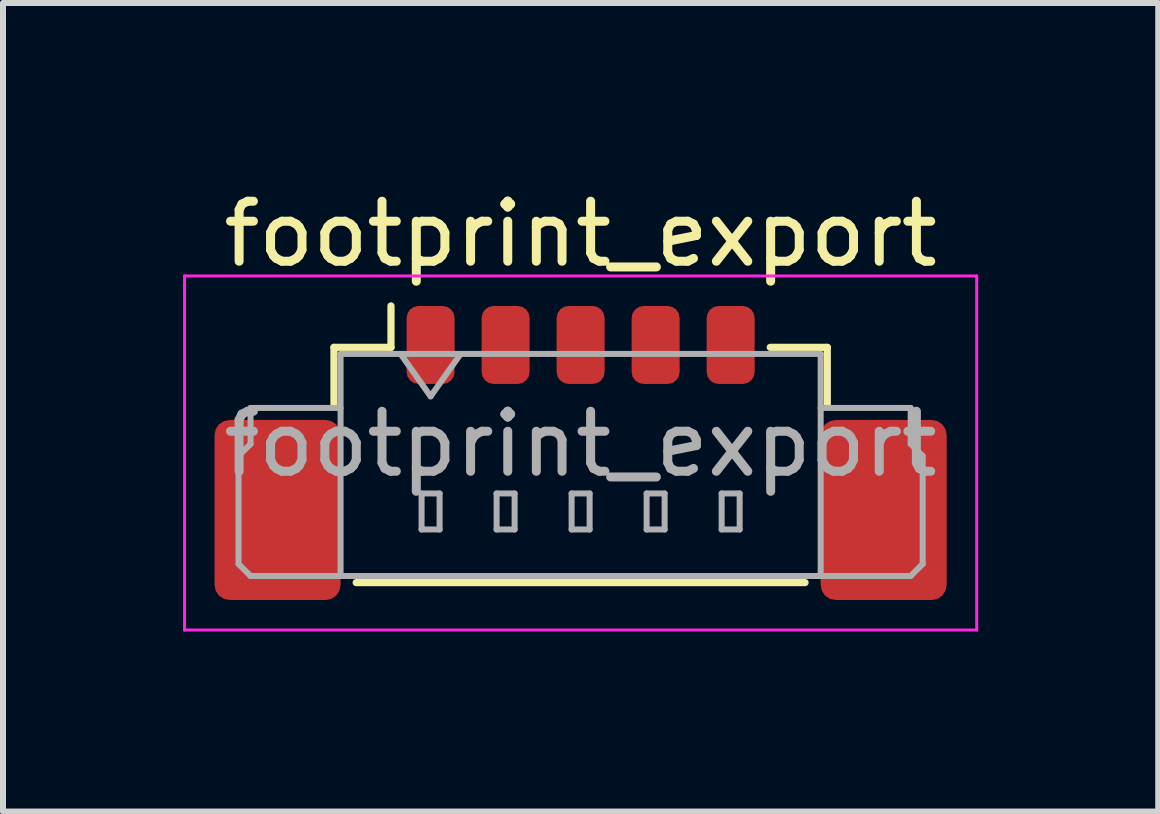
<source format=kicad_pcb>
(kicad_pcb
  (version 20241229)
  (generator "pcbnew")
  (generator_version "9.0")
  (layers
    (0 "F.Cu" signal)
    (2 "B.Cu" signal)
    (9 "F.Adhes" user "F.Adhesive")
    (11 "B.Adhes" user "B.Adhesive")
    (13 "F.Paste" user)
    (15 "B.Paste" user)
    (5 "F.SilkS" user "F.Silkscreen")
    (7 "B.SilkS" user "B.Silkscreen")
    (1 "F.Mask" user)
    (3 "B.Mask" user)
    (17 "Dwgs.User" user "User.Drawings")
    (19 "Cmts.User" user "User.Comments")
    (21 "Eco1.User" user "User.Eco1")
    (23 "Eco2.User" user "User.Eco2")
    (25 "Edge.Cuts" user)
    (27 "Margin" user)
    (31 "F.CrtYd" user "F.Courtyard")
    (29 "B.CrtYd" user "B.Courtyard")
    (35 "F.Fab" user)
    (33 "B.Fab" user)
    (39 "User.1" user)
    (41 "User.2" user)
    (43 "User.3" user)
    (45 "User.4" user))
  (footprint "footprint_export"
    (layer "F.Cu")
    (at 6.625 3.948)
    (property "Reference" "footprint_export" (at 0 -3.1 0) (layer "F.SilkS") (effects (font (size 1 1) (thickness 0.15))))
    (attr smd)
    (fp_line (start -4.11 -1.21) (end -3.16 -1.21) (stroke (width 0.12) (type solid)) (layer "F.SilkS"))
    (fp_line (start -4.11 -0.26) (end -4.11 -1.21) (stroke (width 0.12) (type solid)) (layer "F.SilkS"))
    (fp_line (start -3.74 2.71) (end 3.74 2.71) (stroke (width 0.12) (type solid)) (layer "F.SilkS"))
    (fp_line (start -3.16 -1.21) (end -3.16 -1.9) (stroke (width 0.12) (type solid)) (layer "F.SilkS"))
    (fp_line (start 4.11 -1.21) (end 3.16 -1.21) (stroke (width 0.12) (type solid)) (layer "F.SilkS"))
    (fp_line (start 4.11 -0.26) (end 4.11 -1.21) (stroke (width 0.12) (type solid)) (layer "F.SilkS"))
    (fp_line (start -6.6 -2.4) (end -6.6 3.5) (stroke (width 0.05) (type solid)) (layer "F.CrtYd"))
    (fp_line (start -6.6 3.5) (end 6.6 3.5) (stroke (width 0.05) (type solid)) (layer "F.CrtYd"))
    (fp_line (start 6.6 -2.4) (end -6.6 -2.4) (stroke (width 0.05) (type solid)) (layer "F.CrtYd"))
    (fp_line (start 6.6 3.5) (end 6.6 -2.4) (stroke (width 0.05) (type solid)) (layer "F.CrtYd"))
    (fp_line (start -5.7 0.6) (end -5.5 0.4) (stroke (width 0.1) (type solid)) (layer "F.Fab"))
    (fp_line (start -5.7 2.4) (end -5.7 0.6) (stroke (width 0.1) (type solid)) (layer "F.Fab"))
    (fp_line (start -5.5 -0.2) (end -4 -0.2) (stroke (width 0.1) (type solid)) (layer "F.Fab"))
    (fp_line (start -5.5 0.4) (end -5.5 -0.2) (stroke (width 0.1) (type solid)) (layer "F.Fab"))
    (fp_line (start -5.5 2.6) (end -5.7 2.4) (stroke (width 0.1) (type solid)) (layer "F.Fab"))
    (fp_line (start -4 -1.1) (end -4 2.6) (stroke (width 0.1) (type solid)) (layer "F.Fab"))
    (fp_line (start -4 -1.1) (end 4 -1.1) (stroke (width 0.1) (type solid)) (layer "F.Fab"))
    (fp_line (start -4 2.6) (end -5.5 2.6) (stroke (width 0.1) (type solid)) (layer "F.Fab"))
    (fp_line (start -4 2.6) (end 4 2.6) (stroke (width 0.1) (type solid)) (layer "F.Fab"))
    (fp_line (start -3 -1.1) (end -2.5 -0.393) (stroke (width 0.1) (type solid)) (layer "F.Fab"))
    (fp_line (start -2.65 1.225) (end -2.65 1.825) (stroke (width 0.1) (type solid)) (layer "F.Fab"))
    (fp_line (start -2.65 1.825) (end -2.35 1.825) (stroke (width 0.1) (type solid)) (layer "F.Fab"))
    (fp_line (start -2.5 -0.393) (end -2 -1.1) (stroke (width 0.1) (type solid)) (layer "F.Fab"))
    (fp_line (start -2.35 1.225) (end -2.65 1.225) (stroke (width 0.1) (type solid)) (layer "F.Fab"))
    (fp_line (start -2.35 1.825) (end -2.35 1.225) (stroke (width 0.1) (type solid)) (layer "F.Fab"))
    (fp_line (start -1.4 1.225) (end -1.4 1.825) (stroke (width 0.1) (type solid)) (layer "F.Fab"))
    (fp_line (start -1.4 1.825) (end -1.1 1.825) (stroke (width 0.1) (type solid)) (layer "F.Fab"))
    (fp_line (start -1.1 1.225) (end -1.4 1.225) (stroke (width 0.1) (type solid)) (layer "F.Fab"))
    (fp_line (start -1.1 1.825) (end -1.1 1.225) (stroke (width 0.1) (type solid)) (layer "F.Fab"))
    (fp_line (start -0.15 1.225) (end -0.15 1.825) (stroke (width 0.1) (type solid)) (layer "F.Fab"))
    (fp_line (start -0.15 1.825) (end 0.15 1.825) (stroke (width 0.1) (type solid)) (layer "F.Fab"))
    (fp_line (start 0.15 1.225) (end -0.15 1.225) (stroke (width 0.1) (type solid)) (layer "F.Fab"))
    (fp_line (start 0.15 1.825) (end 0.15 1.225) (stroke (width 0.1) (type solid)) (layer "F.Fab"))
    (fp_line (start 1.1 1.225) (end 1.1 1.825) (stroke (width 0.1) (type solid)) (layer "F.Fab"))
    (fp_line (start 1.1 1.825) (end 1.4 1.825) (stroke (width 0.1) (type solid)) (layer "F.Fab"))
    (fp_line (start 1.4 1.225) (end 1.1 1.225) (stroke (width 0.1) (type solid)) (layer "F.Fab"))
    (fp_line (start 1.4 1.825) (end 1.4 1.225) (stroke (width 0.1) (type solid)) (layer "F.Fab"))
    (fp_line (start 2.35 1.225) (end 2.35 1.825) (stroke (width 0.1) (type solid)) (layer "F.Fab"))
    (fp_line (start 2.35 1.825) (end 2.65 1.825) (stroke (width 0.1) (type solid)) (layer "F.Fab"))
    (fp_line (start 2.65 1.225) (end 2.35 1.225) (stroke (width 0.1) (type solid)) (layer "F.Fab"))
    (fp_line (start 2.65 1.825) (end 2.65 1.225) (stroke (width 0.1) (type solid)) (layer "F.Fab"))
    (fp_line (start 4 -1.1) (end 4 2.6) (stroke (width 0.1) (type solid)) (layer "F.Fab"))
    (fp_line (start 4 2.6) (end 5.5 2.6) (stroke (width 0.1) (type solid)) (layer "F.Fab"))
    (fp_line (start 5.5 -0.2) (end 4 -0.2) (stroke (width 0.1) (type solid)) (layer "F.Fab"))
    (fp_line (start 5.5 0.4) (end 5.5 -0.2) (stroke (width 0.1) (type solid)) (layer "F.Fab"))
    (fp_line (start 5.5 2.6) (end 5.7 2.4) (stroke (width 0.1) (type solid)) (layer "F.Fab"))
    (fp_line (start 5.7 0.6) (end 5.5 0.4) (stroke (width 0.1) (type solid)) (layer "F.Fab"))
    (fp_line (start 5.7 2.4) (end 5.7 0.6) (stroke (width 0.1) (type solid)) (layer "F.Fab"))
    (fp_text user "${REFERENCE}" (at 0 0.4 0) (layer "F.Fab") (effects (font (size 1 1) (thickness 0.15))))
    (pad "1" smd roundrect (at -2.5 -1.25) (size 0.8 1.3) (layers "F.Cu" "F.Mask" "F.Paste") (roundrect_rratio 0.25))
    (pad "2" smd roundrect (at -1.25 -1.25) (size 0.8 1.3) (layers "F.Cu" "F.Mask" "F.Paste") (roundrect_rratio 0.25))
    (pad "3" smd roundrect (at 0 -1.25) (size 0.8 1.3) (layers "F.Cu" "F.Mask" "F.Paste") (roundrect_rratio 0.25))
    (pad "4" smd roundrect (at 1.25 -1.25) (size 0.8 1.3) (layers "F.Cu" "F.Mask" "F.Paste") (roundrect_rratio 0.25))
    (pad "5" smd roundrect (at 2.5 -1.25) (size 0.8 1.3) (layers "F.Cu" "F.Mask" "F.Paste") (roundrect_rratio 0.25))
    (pad "MP" smd roundrect (at -5.05 1.5) (size 2.1 3) (layers "F.Cu" "F.Mask" "F.Paste") (roundrect_rratio 0.119))
    (pad "MP" smd roundrect (at 5.05 1.5) (size 2.1 3) (layers "F.Cu" "F.Mask" "F.Paste") (roundrect_rratio 0.119)))
  (gr_rect
    (start -3 -3)
    (end 16.25 10.473)
    (stroke (width 0.1) (type default))
    (fill no)
    (layer "Edge.Cuts")))
</source>
